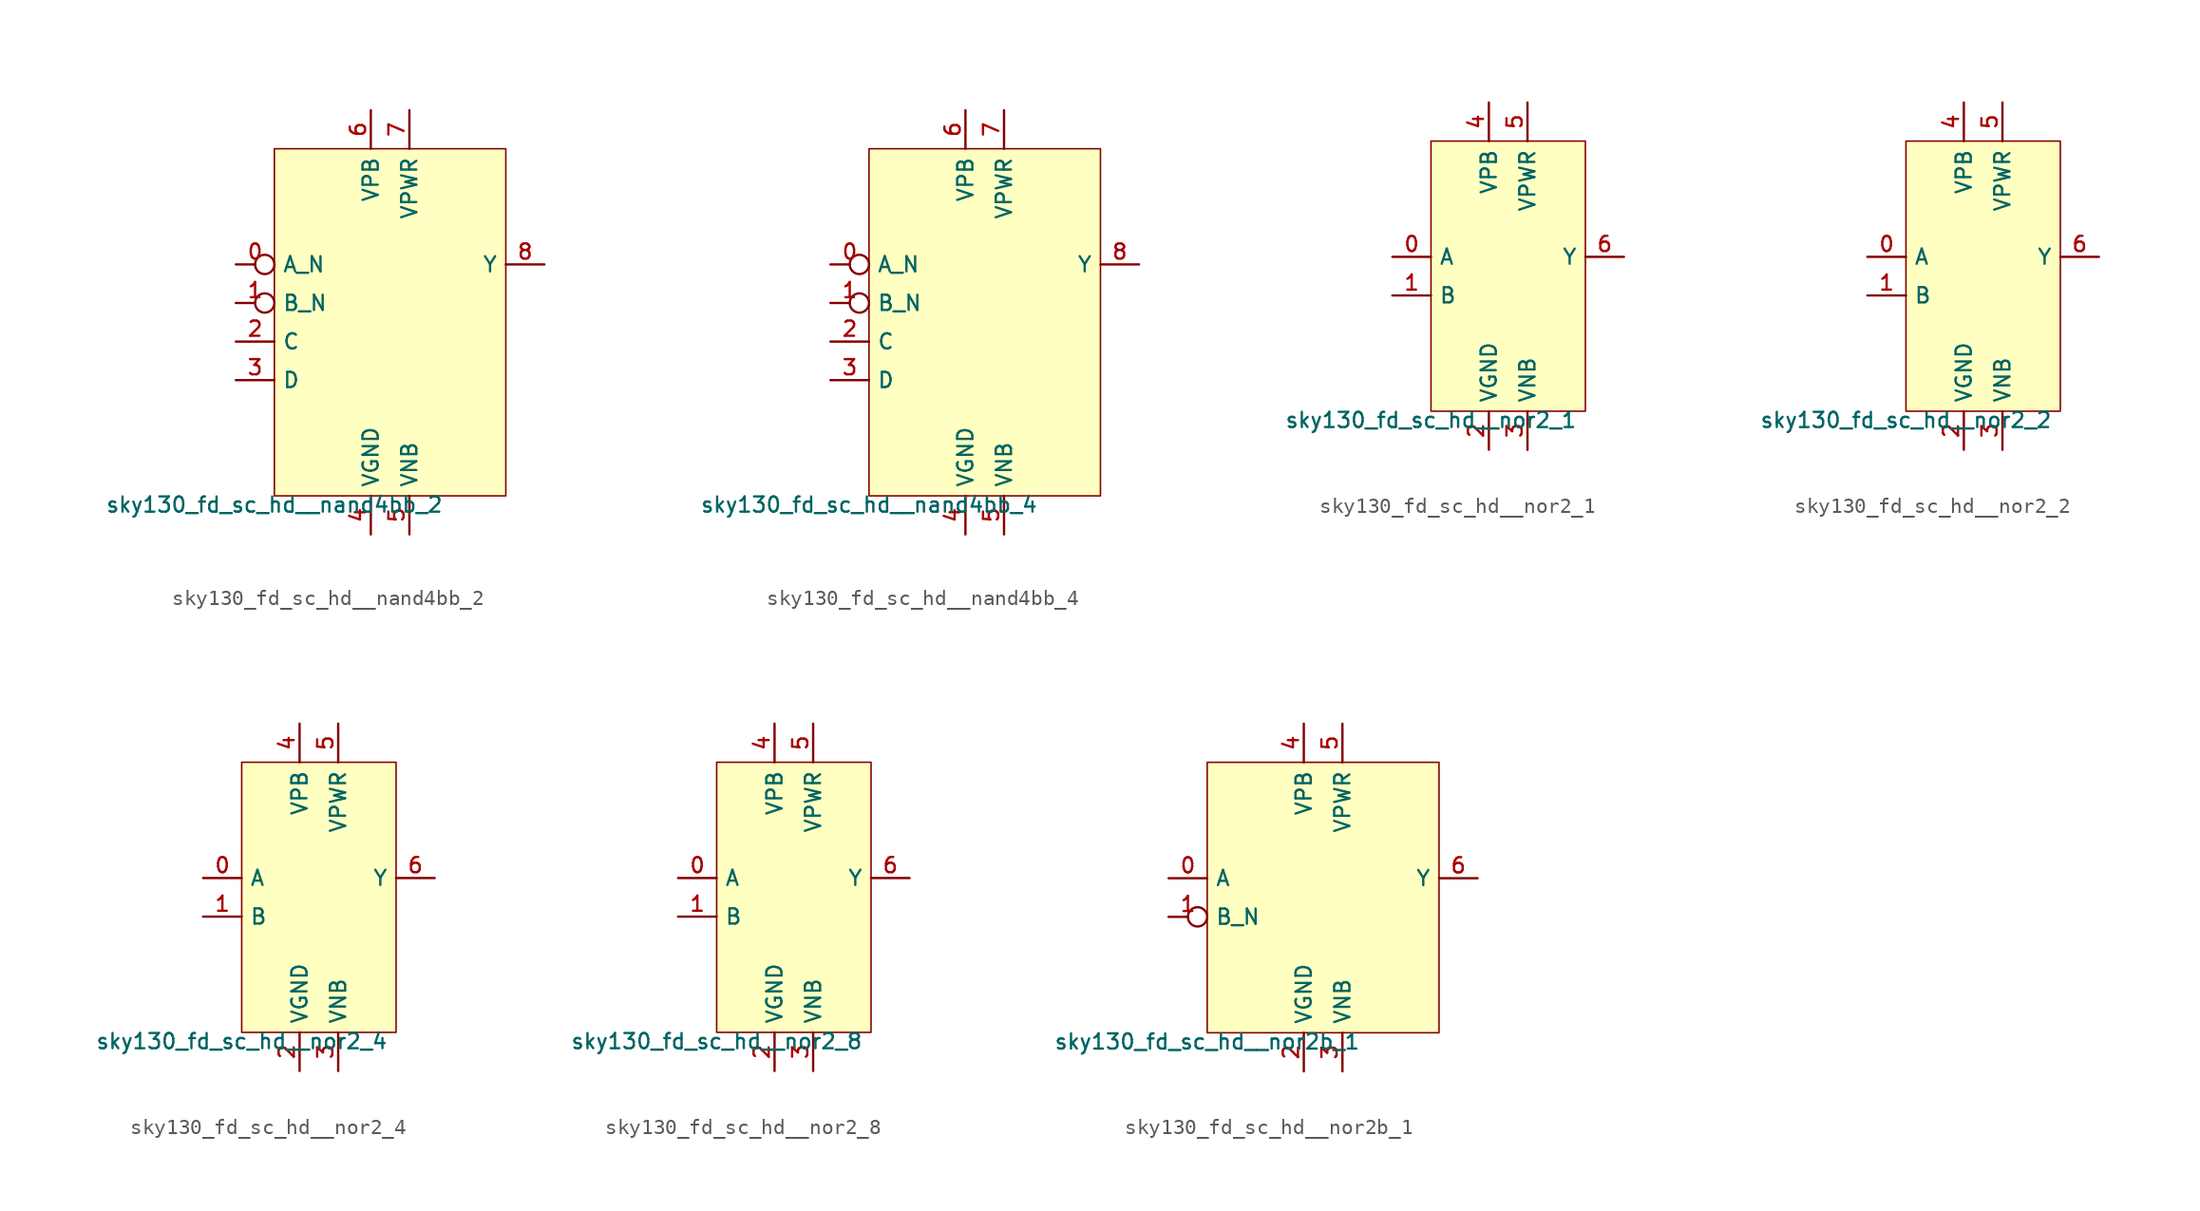
<source format=kicad_sym>
(kicad_symbol_lib
  (version 20211014)
  (generator lef2kicad_sym)
  (symbol "sky130_fd_sc_hd__nand4bb_2"
    (property "Reference" "X"
      (at 0 0 0)
      (effects (font (size 1 1)) hide))
    (property "Value" "sky130_fd_sc_hd__nand4bb_2"
      (at -7.62 -11.43 0)
      (effects (font (size 1 1)) (justify top)))
    (rectangle
      (start -7.62 -11.43)
      (end 7.62 11.43)
      (stroke (width 0.1) (type solid) (color 0 0 0 0))
      (fill (type background)))
    (pin input inverted
      (at -10.16 3.81 0)
      (length 2.54)
      (name "A_N" (effects (font (size 1 1)) hide))
      (number "0" (effects (font (size 1 1)) hide)))
    (pin input inverted
      (at -10.16 1.27 0)
      (length 2.54)
      (name "B_N" (effects (font (size 1 1)) hide))
      (number "1" (effects (font (size 1 1)) hide)))
    (pin input line
      (at -10.16 -1.27 0)
      (length 2.54)
      (name "C" (effects (font (size 1 1)) hide))
      (number "2" (effects (font (size 1 1)) hide)))
    (pin input line
      (at -10.16 -3.81 0)
      (length 2.54)
      (name "D" (effects (font (size 1 1)) hide))
      (number "3" (effects (font (size 1 1)) hide)))
    (pin power_in line
      (at -1.27 -13.97 90)
      (length 2.54)
      (name "VGND" (effects (font (size 1 1)) hide))
      (number "4" (effects (font (size 1 1)) hide)))
    (pin power_in line
      (at 1.27 -13.97 90)
      (length 2.54)
      (name "VNB" (effects (font (size 1 1)) hide))
      (number "5" (effects (font (size 1 1)) hide)))
    (pin power_in line
      (at -1.27 13.97 270)
      (length 2.54)
      (name "VPB" (effects (font (size 1 1)) hide))
      (number "6" (effects (font (size 1 1)) hide)))
    (pin power_in line
      (at 1.27 13.97 270)
      (length 2.54)
      (name "VPWR" (effects (font (size 1 1)) hide))
      (number "7" (effects (font (size 1 1)) hide)))
    (pin output line
      (at 10.16 3.81 180)
      (length 2.54)
      (name "Y" (effects (font (size 1 1)) hide))
      (number "8" (effects (font (size 1 1)) hide))))
  (symbol "sky130_fd_sc_hd__nand4bb_4"
    (property "Reference" "X"
      (at 0 0 0)
      (effects (font (size 1 1)) hide))
    (property "Value" "sky130_fd_sc_hd__nand4bb_4"
      (at -7.62 -11.43 0)
      (effects (font (size 1 1)) (justify top)))
    (rectangle
      (start -7.62 -11.43)
      (end 7.62 11.43)
      (stroke (width 0.1) (type solid) (color 0 0 0 0))
      (fill (type background)))
    (pin input inverted
      (at -10.16 3.81 0)
      (length 2.54)
      (name "A_N" (effects (font (size 1 1)) hide))
      (number "0" (effects (font (size 1 1)) hide)))
    (pin input inverted
      (at -10.16 1.27 0)
      (length 2.54)
      (name "B_N" (effects (font (size 1 1)) hide))
      (number "1" (effects (font (size 1 1)) hide)))
    (pin input line
      (at -10.16 -1.27 0)
      (length 2.54)
      (name "C" (effects (font (size 1 1)) hide))
      (number "2" (effects (font (size 1 1)) hide)))
    (pin input line
      (at -10.16 -3.81 0)
      (length 2.54)
      (name "D" (effects (font (size 1 1)) hide))
      (number "3" (effects (font (size 1 1)) hide)))
    (pin power_in line
      (at -1.27 -13.97 90)
      (length 2.54)
      (name "VGND" (effects (font (size 1 1)) hide))
      (number "4" (effects (font (size 1 1)) hide)))
    (pin power_in line
      (at 1.27 -13.97 90)
      (length 2.54)
      (name "VNB" (effects (font (size 1 1)) hide))
      (number "5" (effects (font (size 1 1)) hide)))
    (pin power_in line
      (at -1.27 13.97 270)
      (length 2.54)
      (name "VPB" (effects (font (size 1 1)) hide))
      (number "6" (effects (font (size 1 1)) hide)))
    (pin power_in line
      (at 1.27 13.97 270)
      (length 2.54)
      (name "VPWR" (effects (font (size 1 1)) hide))
      (number "7" (effects (font (size 1 1)) hide)))
    (pin output line
      (at 10.16 3.81 180)
      (length 2.54)
      (name "Y" (effects (font (size 1 1)) hide))
      (number "8" (effects (font (size 1 1)) hide))))
  (symbol "sky130_fd_sc_hd__nor2_1"
    (property "Reference" "X"
      (at 0 0 0)
      (effects (font (size 1 1)) hide))
    (property "Value" "sky130_fd_sc_hd__nor2_1"
      (at -5.08 -8.89 0)
      (effects (font (size 1 1)) (justify top)))
    (rectangle
      (start -5.08 -8.89)
      (end 5.08 8.89)
      (stroke (width 0.1) (type solid) (color 0 0 0 0))
      (fill (type background)))
    (pin input line
      (at -7.62 1.27 0)
      (length 2.54)
      (name "A" (effects (font (size 1 1)) hide))
      (number "0" (effects (font (size 1 1)) hide)))
    (pin input line
      (at -7.62 -1.27 0)
      (length 2.54)
      (name "B" (effects (font (size 1 1)) hide))
      (number "1" (effects (font (size 1 1)) hide)))
    (pin power_in line
      (at -1.27 -11.43 90)
      (length 2.54)
      (name "VGND" (effects (font (size 1 1)) hide))
      (number "2" (effects (font (size 1 1)) hide)))
    (pin power_in line
      (at 1.27 -11.43 90)
      (length 2.54)
      (name "VNB" (effects (font (size 1 1)) hide))
      (number "3" (effects (font (size 1 1)) hide)))
    (pin power_in line
      (at -1.27 11.43 270)
      (length 2.54)
      (name "VPB" (effects (font (size 1 1)) hide))
      (number "4" (effects (font (size 1 1)) hide)))
    (pin power_in line
      (at 1.27 11.43 270)
      (length 2.54)
      (name "VPWR" (effects (font (size 1 1)) hide))
      (number "5" (effects (font (size 1 1)) hide)))
    (pin output line
      (at 7.62 1.27 180)
      (length 2.54)
      (name "Y" (effects (font (size 1 1)) hide))
      (number "6" (effects (font (size 1 1)) hide))))
  (symbol "sky130_fd_sc_hd__nor2_2"
    (property "Reference" "X"
      (at 0 0 0)
      (effects (font (size 1 1)) hide))
    (property "Value" "sky130_fd_sc_hd__nor2_2"
      (at -5.08 -8.89 0)
      (effects (font (size 1 1)) (justify top)))
    (rectangle
      (start -5.08 -8.89)
      (end 5.08 8.89)
      (stroke (width 0.1) (type solid) (color 0 0 0 0))
      (fill (type background)))
    (pin input line
      (at -7.62 1.27 0)
      (length 2.54)
      (name "A" (effects (font (size 1 1)) hide))
      (number "0" (effects (font (size 1 1)) hide)))
    (pin input line
      (at -7.62 -1.27 0)
      (length 2.54)
      (name "B" (effects (font (size 1 1)) hide))
      (number "1" (effects (font (size 1 1)) hide)))
    (pin power_in line
      (at -1.27 -11.43 90)
      (length 2.54)
      (name "VGND" (effects (font (size 1 1)) hide))
      (number "2" (effects (font (size 1 1)) hide)))
    (pin power_in line
      (at 1.27 -11.43 90)
      (length 2.54)
      (name "VNB" (effects (font (size 1 1)) hide))
      (number "3" (effects (font (size 1 1)) hide)))
    (pin power_in line
      (at -1.27 11.43 270)
      (length 2.54)
      (name "VPB" (effects (font (size 1 1)) hide))
      (number "4" (effects (font (size 1 1)) hide)))
    (pin power_in line
      (at 1.27 11.43 270)
      (length 2.54)
      (name "VPWR" (effects (font (size 1 1)) hide))
      (number "5" (effects (font (size 1 1)) hide)))
    (pin output line
      (at 7.62 1.27 180)
      (length 2.54)
      (name "Y" (effects (font (size 1 1)) hide))
      (number "6" (effects (font (size 1 1)) hide))))
  (symbol "sky130_fd_sc_hd__nor2_4"
    (property "Reference" "X"
      (at 0 0 0)
      (effects (font (size 1 1)) hide))
    (property "Value" "sky130_fd_sc_hd__nor2_4"
      (at -5.08 -8.89 0)
      (effects (font (size 1 1)) (justify top)))
    (rectangle
      (start -5.08 -8.89)
      (end 5.08 8.89)
      (stroke (width 0.1) (type solid) (color 0 0 0 0))
      (fill (type background)))
    (pin input line
      (at -7.62 1.27 0)
      (length 2.54)
      (name "A" (effects (font (size 1 1)) hide))
      (number "0" (effects (font (size 1 1)) hide)))
    (pin input line
      (at -7.62 -1.27 0)
      (length 2.54)
      (name "B" (effects (font (size 1 1)) hide))
      (number "1" (effects (font (size 1 1)) hide)))
    (pin power_in line
      (at -1.27 -11.43 90)
      (length 2.54)
      (name "VGND" (effects (font (size 1 1)) hide))
      (number "2" (effects (font (size 1 1)) hide)))
    (pin power_in line
      (at 1.27 -11.43 90)
      (length 2.54)
      (name "VNB" (effects (font (size 1 1)) hide))
      (number "3" (effects (font (size 1 1)) hide)))
    (pin power_in line
      (at -1.27 11.43 270)
      (length 2.54)
      (name "VPB" (effects (font (size 1 1)) hide))
      (number "4" (effects (font (size 1 1)) hide)))
    (pin power_in line
      (at 1.27 11.43 270)
      (length 2.54)
      (name "VPWR" (effects (font (size 1 1)) hide))
      (number "5" (effects (font (size 1 1)) hide)))
    (pin output line
      (at 7.62 1.27 180)
      (length 2.54)
      (name "Y" (effects (font (size 1 1)) hide))
      (number "6" (effects (font (size 1 1)) hide))))
  (symbol "sky130_fd_sc_hd__nor2_8"
    (property "Reference" "X"
      (at 0 0 0)
      (effects (font (size 1 1)) hide))
    (property "Value" "sky130_fd_sc_hd__nor2_8"
      (at -5.08 -8.89 0)
      (effects (font (size 1 1)) (justify top)))
    (rectangle
      (start -5.08 -8.89)
      (end 5.08 8.89)
      (stroke (width 0.1) (type solid) (color 0 0 0 0))
      (fill (type background)))
    (pin input line
      (at -7.62 1.27 0)
      (length 2.54)
      (name "A" (effects (font (size 1 1)) hide))
      (number "0" (effects (font (size 1 1)) hide)))
    (pin input line
      (at -7.62 -1.27 0)
      (length 2.54)
      (name "B" (effects (font (size 1 1)) hide))
      (number "1" (effects (font (size 1 1)) hide)))
    (pin power_in line
      (at -1.27 -11.43 90)
      (length 2.54)
      (name "VGND" (effects (font (size 1 1)) hide))
      (number "2" (effects (font (size 1 1)) hide)))
    (pin power_in line
      (at 1.27 -11.43 90)
      (length 2.54)
      (name "VNB" (effects (font (size 1 1)) hide))
      (number "3" (effects (font (size 1 1)) hide)))
    (pin power_in line
      (at -1.27 11.43 270)
      (length 2.54)
      (name "VPB" (effects (font (size 1 1)) hide))
      (number "4" (effects (font (size 1 1)) hide)))
    (pin power_in line
      (at 1.27 11.43 270)
      (length 2.54)
      (name "VPWR" (effects (font (size 1 1)) hide))
      (number "5" (effects (font (size 1 1)) hide)))
    (pin output line
      (at 7.62 1.27 180)
      (length 2.54)
      (name "Y" (effects (font (size 1 1)) hide))
      (number "6" (effects (font (size 1 1)) hide))))
  (symbol "sky130_fd_sc_hd__nor2b_1"
    (property "Reference" "X"
      (at 0 0 0)
      (effects (font (size 1 1)) hide))
    (property "Value" "sky130_fd_sc_hd__nor2b_1"
      (at -7.62 -8.89 0)
      (effects (font (size 1 1)) (justify top)))
    (rectangle
      (start -7.62 -8.89)
      (end 7.62 8.89)
      (stroke (width 0.1) (type solid) (color 0 0 0 0))
      (fill (type background)))
    (pin input line
      (at -10.16 1.27 0)
      (length 2.54)
      (name "A" (effects (font (size 1 1)) hide))
      (number "0" (effects (font (size 1 1)) hide)))
    (pin input inverted
      (at -10.16 -1.27 0)
      (length 2.54)
      (name "B_N" (effects (font (size 1 1)) hide))
      (number "1" (effects (font (size 1 1)) hide)))
    (pin power_in line
      (at -1.27 -11.43 90)
      (length 2.54)
      (name "VGND" (effects (font (size 1 1)) hide))
      (number "2" (effects (font (size 1 1)) hide)))
    (pin power_in line
      (at 1.27 -11.43 90)
      (length 2.54)
      (name "VNB" (effects (font (size 1 1)) hide))
      (number "3" (effects (font (size 1 1)) hide)))
    (pin power_in line
      (at -1.27 11.43 270)
      (length 2.54)
      (name "VPB" (effects (font (size 1 1)) hide))
      (number "4" (effects (font (size 1 1)) hide)))
    (pin power_in line
      (at 1.27 11.43 270)
      (length 2.54)
      (name "VPWR" (effects (font (size 1 1)) hide))
      (number "5" (effects (font (size 1 1)) hide)))
    (pin output line
      (at 10.16 1.27 180)
      (length 2.54)
      (name "Y" (effects (font (size 1 1)) hide))
      (number "6" (effects (font (size 1 1)) hide)))))
</source>
